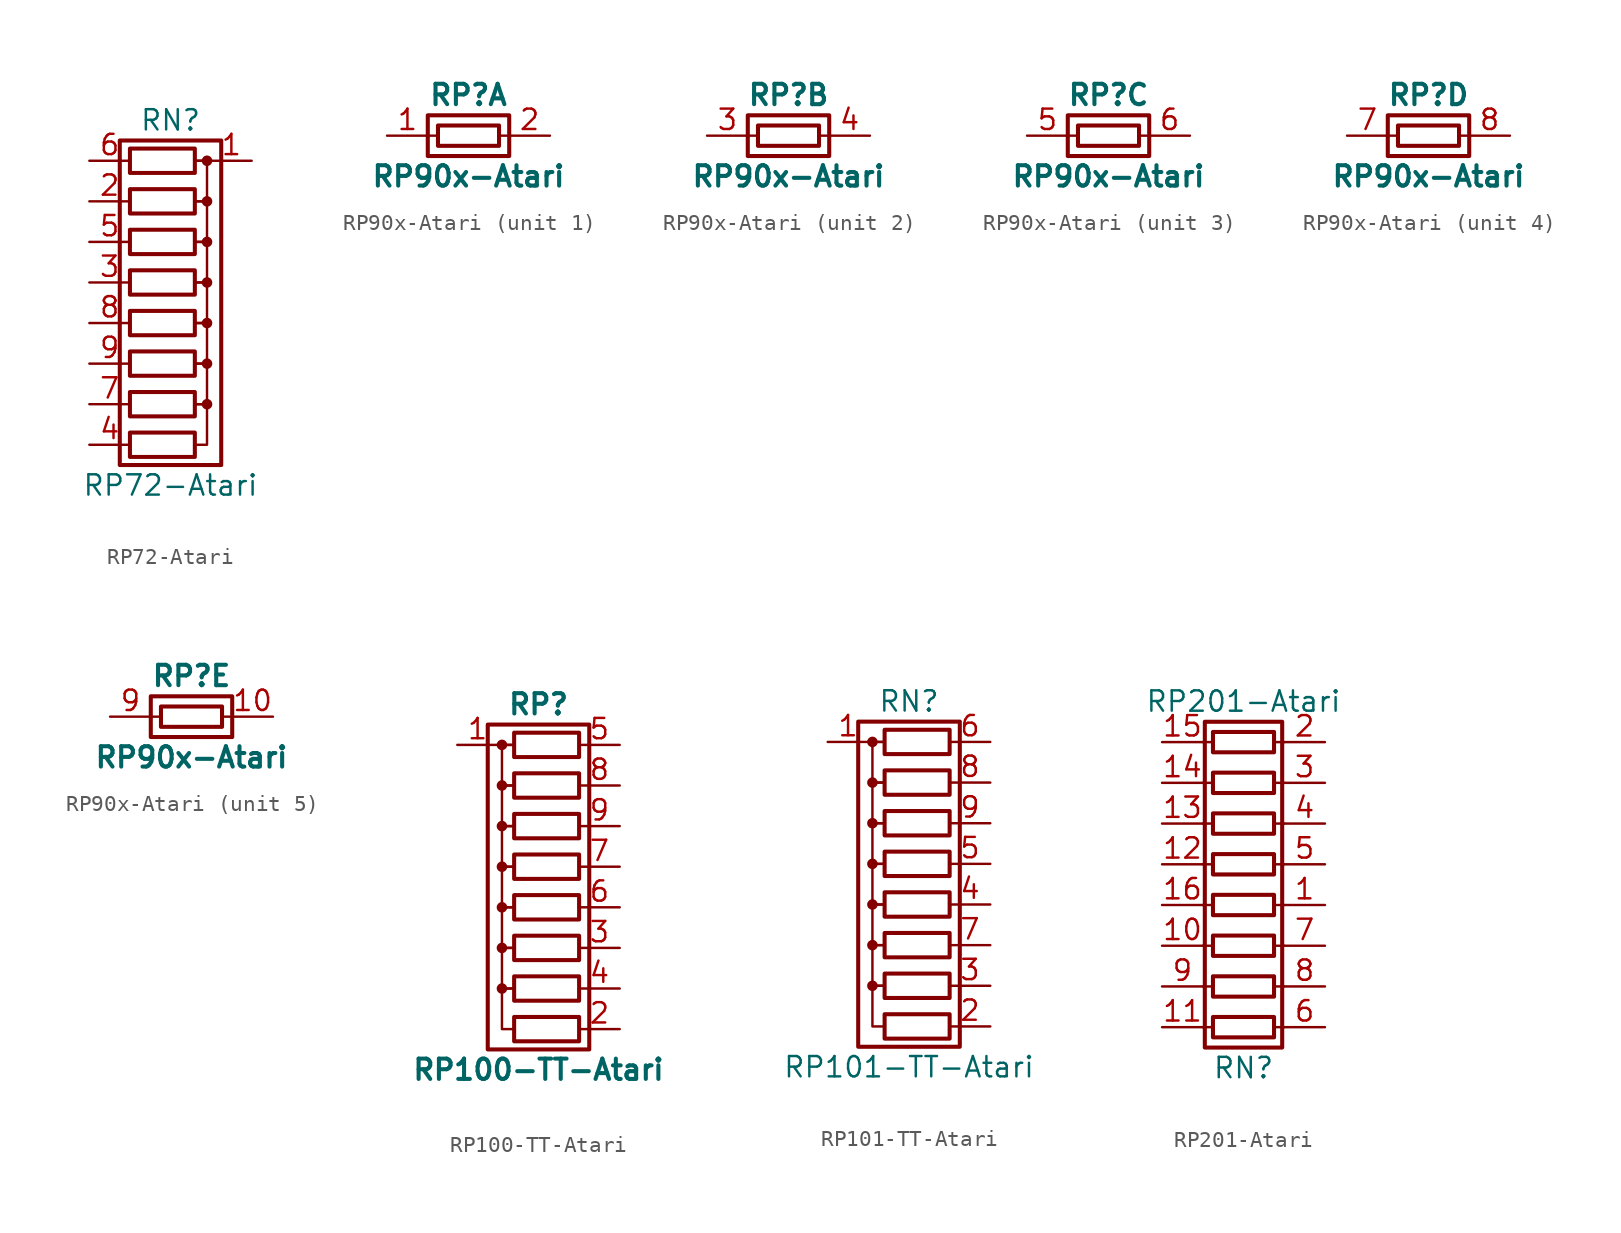
<source format=kicad_sym>
(kicad_symbol_lib
  (version 20231120)
  (generator "kicad_symbol_editor")
  (generator_version "8.0")
  (symbol "RP72-Atari"
    (pin_names
      (offset 0) hide)
    (property "Reference" "RN"
      (at 0 11.43 0)
      (effects (font (size 1.27 1.27))))
    (property "Value" "RP72-Atari"
      (at 0 -11.43 0)
      (effects (font (size 1.27 1.27))))
    (symbol "RP72-Atari_0_1"
      (rectangle (start -3.175 10.16) (end 3.175 -10.16) (stroke (width 0.254) (type solid)) (fill (type none)))
      (polyline (pts (xy 2.54 8.89) (xy 1.524 8.89)) (stroke (width 0) (type solid)) (fill (type none)))
      (polyline (pts (xy 1.524 -6.35) (xy 2.286 -6.35) (xy 2.286 -8.89) (xy 1.524 -8.89)) (stroke (width 0) (type solid)) (fill (type none)))
      (polyline (pts (xy 1.524 -3.81) (xy 2.286 -3.81) (xy 2.286 -6.35) (xy 1.524 -6.35)) (stroke (width 0) (type solid)) (fill (type none)))
      (polyline (pts (xy 1.524 -1.27) (xy 2.286 -1.27) (xy 2.286 -3.81) (xy 1.524 -3.81)) (stroke (width 0) (type solid)) (fill (type none)))
      (polyline (pts (xy 1.524 1.27) (xy 2.286 1.27) (xy 2.286 -1.27) (xy 1.524 -1.27)) (stroke (width 0) (type solid)) (fill (type none)))
      (polyline (pts (xy 1.524 3.81) (xy 2.286 3.81) (xy 2.286 1.27) (xy 1.524 1.27)) (stroke (width 0) (type solid)) (fill (type none)))
      (polyline (pts (xy 1.524 6.35) (xy 2.286 6.35) (xy 2.286 3.81) (xy 1.524 3.81)) (stroke (width 0) (type solid)) (fill (type none)))
      (polyline (pts (xy 1.524 8.89) (xy 2.286 8.89) (xy 2.286 6.35) (xy 1.524 6.35)) (stroke (width 0) (type solid)) (fill (type none)))
      (rectangle (start 1.524 -8.128) (end -2.54 -9.652) (stroke (width 0.254) (type solid)) (fill (type none)))
      (rectangle (start 1.524 -5.588) (end -2.54 -7.112) (stroke (width 0.254) (type solid)) (fill (type none)))
      (rectangle (start 1.524 -3.048) (end -2.54 -4.572) (stroke (width 0.254) (type solid)) (fill (type none)))
      (rectangle (start 1.524 -0.508) (end -2.54 -2.032) (stroke (width 0.254) (type solid)) (fill (type none)))
      (rectangle (start 1.524 2.032) (end -2.54 0.508) (stroke (width 0.254) (type solid)) (fill (type none)))
      (rectangle (start 1.524 4.572) (end -2.54 3.048) (stroke (width 0.254) (type solid)) (fill (type none)))
      (rectangle (start 1.524 7.112) (end -2.54 5.588) (stroke (width 0.254) (type solid)) (fill (type none)))
      (rectangle (start 1.524 9.652) (end -2.54 8.128) (stroke (width 0.254) (type solid)) (fill (type none)))
      (circle (center 2.286 -6.35) (radius 0.254) (stroke (width 0) (type solid)) (fill (type outline)))
      (circle (center 2.286 -3.81) (radius 0.254) (stroke (width 0) (type solid)) (fill (type outline)))
      (circle (center 2.286 -1.27) (radius 0.254) (stroke (width 0) (type solid)) (fill (type outline)))
      (circle (center 2.286 1.27) (radius 0.254) (stroke (width 0) (type solid)) (fill (type outline)))
      (circle (center 2.286 3.81) (radius 0.254) (stroke (width 0) (type solid)) (fill (type outline)))
      (circle (center 2.286 6.35) (radius 0.254) (stroke (width 0) (type solid)) (fill (type outline)))
      (circle (center 2.286 8.89) (radius 0.254) (stroke (width 0) (type solid)) (fill (type outline))))
    (symbol "RP72-Atari_1_1"
      (pin passive line (at 5.08 8.89 180) (length 2.54) (name "common" (effects (font (size 1.27 1.27)))) (number "1" (effects (font (size 1.27 1.27)))))
      (pin passive line (at -5.08 6.35 0) (length 2.54) (name "R2" (effects (font (size 1.27 1.27)))) (number "2" (effects (font (size 1.27 1.27)))))
      (pin passive line (at -5.08 1.27 0) (length 2.54) (name "R4" (effects (font (size 1.27 1.27)))) (number "3" (effects (font (size 1.27 1.27)))))
      (pin passive line (at -5.08 -8.89 0) (length 2.54) (name "R8" (effects (font (size 1.27 1.27)))) (number "4" (effects (font (size 1.27 1.27)))))
      (pin passive line (at -5.08 3.81 0) (length 2.54) (name "R3" (effects (font (size 1.27 1.27)))) (number "5" (effects (font (size 1.27 1.27)))))
      (pin passive line (at -5.08 8.89 0) (length 2.54) (name "R1" (effects (font (size 1.27 1.27)))) (number "6" (effects (font (size 1.27 1.27)))))
      (pin passive line (at -5.08 -6.35 0) (length 2.54) (name "R7" (effects (font (size 1.27 1.27)))) (number "7" (effects (font (size 1.27 1.27)))))
      (pin passive line (at -5.08 -1.27 0) (length 2.54) (name "R5" (effects (font (size 1.27 1.27)))) (number "8" (effects (font (size 1.27 1.27)))))
      (pin passive line (at -5.08 -3.81 0) (length 2.54) (name "R6" (effects (font (size 1.27 1.27)))) (number "9" (effects (font (size 1.27 1.27)))))))
  (symbol "RP90x-Atari"
    (pin_names
      (offset 0) hide)
    (property "Reference" "RP"
      (at 0 2.54 0)
      (effects (font (size 1.27 1.27) (bold yes))))
    (property "Value" "RP90x-Atari"
      (at 0 -2.54 0)
      (effects (font (size 1.27 1.27) (bold yes))))
    (symbol "RP90x-Atari_0_1"
      (rectangle (start -2.54 1.27) (end 2.54 -1.27) (stroke (width 0.254) (type solid)) (fill (type none)))
      (polyline (pts (xy -2.54 0) (xy -1.905 0)) (stroke (width 0) (type solid)) (fill (type none)))
      (polyline (pts (xy 1.905 0) (xy 2.54 0)) (stroke (width 0) (type solid)) (fill (type none)))
      (rectangle (start 1.905 0.635) (end -1.905 -0.635) (stroke (width 0.254) (type solid)) (fill (type none))))
    (symbol "RP90x-Atari_1_1"
      (pin passive line (at -5.08 0 0) (length 2.54) (name "R1.1" (effects (font (size 1.27 1.27)))) (number "1" (effects (font (size 1.27 1.27)))))
      (pin passive line (at 5.08 0 180) (length 2.54) (name "R1.2" (effects (font (size 1.27 1.27)))) (number "2" (effects (font (size 1.27 1.27))))))
    (symbol "RP90x-Atari_2_1"
      (pin passive line (at -5.08 0 0) (length 2.54) (name "R2.1" (effects (font (size 1.27 1.27)))) (number "3" (effects (font (size 1.27 1.27)))))
      (pin passive line (at 5.08 0 180) (length 2.54) (name "R2.2" (effects (font (size 1.27 1.27)))) (number "4" (effects (font (size 1.27 1.27))))))
    (symbol "RP90x-Atari_3_1"
      (pin passive line (at -5.08 0 0) (length 2.54) (name "R3.1" (effects (font (size 1.27 1.27)))) (number "5" (effects (font (size 1.27 1.27)))))
      (pin passive line (at 5.08 0 180) (length 2.54) (name "R3.2" (effects (font (size 1.27 1.27)))) (number "6" (effects (font (size 1.27 1.27))))))
    (symbol "RP90x-Atari_4_1"
      (pin passive line (at -5.08 0 0) (length 2.54) (name "R4.1" (effects (font (size 1.27 1.27)))) (number "7" (effects (font (size 1.27 1.27)))))
      (pin passive line (at 5.08 0 180) (length 2.54) (name "R4.2" (effects (font (size 1.27 1.27)))) (number "8" (effects (font (size 1.27 1.27))))))
    (symbol "RP90x-Atari_5_1"
      (pin passive line (at 5.08 0 180) (length 2.54) (name "R5.2" (effects (font (size 1.27 1.27)))) (number "10" (effects (font (size 1.27 1.27)))))
      (pin passive line (at -5.08 0 0) (length 2.54) (name "R5.1" (effects (font (size 1.27 1.27)))) (number "9" (effects (font (size 1.27 1.27)))))))
  (symbol "RP100-TT-Atari"
    (pin_names
      (offset 0) hide)
    (property "Reference" "RP"
      (at -1.27 11.43 0)
      (effects (font (size 1.27 1.27) (bold yes))))
    (property "Value" "RP100-TT-Atari"
      (at -1.27 -11.43 0)
      (effects (font (size 1.27 1.27) (bold yes))))
    (symbol "RP100-TT-Atari_0_1"
      (circle (center -3.556 -6.35) (radius 0.254) (stroke (width 0) (type solid)) (fill (type outline)))
      (circle (center -3.556 -3.81) (radius 0.254) (stroke (width 0) (type solid)) (fill (type outline)))
      (circle (center -3.556 -1.27) (radius 0.254) (stroke (width 0) (type solid)) (fill (type outline)))
      (circle (center -3.556 1.27) (radius 0.254) (stroke (width 0) (type solid)) (fill (type outline)))
      (circle (center -3.556 3.81) (radius 0.254) (stroke (width 0) (type solid)) (fill (type outline)))
      (circle (center -3.556 6.35) (radius 0.254) (stroke (width 0) (type solid)) (fill (type outline)))
      (circle (center -3.556 8.89) (radius 0.254) (stroke (width 0) (type solid)) (fill (type outline)))
      (rectangle (start -2.794 -8.128) (end 1.27 -9.652) (stroke (width 0.254) (type solid)) (fill (type none)))
      (rectangle (start -2.794 -5.588) (end 1.27 -7.112) (stroke (width 0.254) (type solid)) (fill (type none)))
      (rectangle (start -2.794 -3.048) (end 1.27 -4.572) (stroke (width 0.254) (type solid)) (fill (type none)))
      (rectangle (start -2.794 -0.508) (end 1.27 -2.032) (stroke (width 0.254) (type solid)) (fill (type none)))
      (rectangle (start -2.794 2.032) (end 1.27 0.508) (stroke (width 0.254) (type solid)) (fill (type none)))
      (rectangle (start -2.794 4.572) (end 1.27 3.048) (stroke (width 0.254) (type solid)) (fill (type none)))
      (rectangle (start -2.794 7.112) (end 1.27 5.588) (stroke (width 0.254) (type solid)) (fill (type none)))
      (rectangle (start -2.794 9.652) (end 1.27 8.128) (stroke (width 0.254) (type solid)) (fill (type none)))
      (polyline (pts (xy -3.81 8.89) (xy -2.794 8.89)) (stroke (width 0) (type solid)) (fill (type none)))
      (polyline (pts (xy -2.794 -6.35) (xy -3.556 -6.35) (xy -3.556 -8.89) (xy -2.794 -8.89)) (stroke (width 0) (type solid)) (fill (type none)))
      (polyline (pts (xy -2.794 -3.81) (xy -3.556 -3.81) (xy -3.556 -6.35) (xy -2.794 -6.35)) (stroke (width 0) (type solid)) (fill (type none)))
      (polyline (pts (xy -2.794 -1.27) (xy -3.556 -1.27) (xy -3.556 -3.81) (xy -2.794 -3.81)) (stroke (width 0) (type solid)) (fill (type none)))
      (polyline (pts (xy -2.794 1.27) (xy -3.556 1.27) (xy -3.556 -1.27) (xy -2.794 -1.27)) (stroke (width 0) (type solid)) (fill (type none)))
      (polyline (pts (xy -2.794 3.81) (xy -3.556 3.81) (xy -3.556 1.27) (xy -2.794 1.27)) (stroke (width 0) (type solid)) (fill (type none)))
      (polyline (pts (xy -2.794 6.35) (xy -3.556 6.35) (xy -3.556 3.81) (xy -2.794 3.81)) (stroke (width 0) (type solid)) (fill (type none)))
      (polyline (pts (xy -2.794 8.89) (xy -3.556 8.89) (xy -3.556 6.35) (xy -2.794 6.35)) (stroke (width 0) (type solid)) (fill (type none)))
      (rectangle (start 1.905 10.16) (end -4.445 -10.16) (stroke (width 0.254) (type solid)) (fill (type none))))
    (symbol "RP100-TT-Atari_1_1"
      (pin passive line (at -6.35 8.89 0) (length 2.54) (name "common" (effects (font (size 1.27 1.27)))) (number "1" (effects (font (size 1.27 1.27)))))
      (pin passive line (at 3.81 -8.89 180) (length 2.54) (name "R8" (effects (font (size 1.27 1.27)))) (number "2" (effects (font (size 1.27 1.27)))))
      (pin passive line (at 3.81 -3.81 180) (length 2.54) (name "R6" (effects (font (size 1.27 1.27)))) (number "3" (effects (font (size 1.27 1.27)))))
      (pin passive line (at 3.81 -6.35 180) (length 2.54) (name "R7" (effects (font (size 1.27 1.27)))) (number "4" (effects (font (size 1.27 1.27)))))
      (pin passive line (at 3.81 8.89 180) (length 2.54) (name "R1" (effects (font (size 1.27 1.27)))) (number "5" (effects (font (size 1.27 1.27)))))
      (pin passive line (at 3.81 -1.27 180) (length 2.54) (name "R5" (effects (font (size 1.27 1.27)))) (number "6" (effects (font (size 1.27 1.27)))))
      (pin passive line (at 3.81 1.27 180) (length 2.54) (name "R4" (effects (font (size 1.27 1.27)))) (number "7" (effects (font (size 1.27 1.27)))))
      (pin passive line (at 3.81 6.35 180) (length 2.54) (name "R2" (effects (font (size 1.27 1.27)))) (number "8" (effects (font (size 1.27 1.27)))))
      (pin passive line (at 3.81 3.81 180) (length 2.54) (name "R3" (effects (font (size 1.27 1.27)))) (number "9" (effects (font (size 1.27 1.27)))))))
  (symbol "RP101-TT-Atari"
    (pin_names
      (offset 0) hide)
    (property "Reference" "RN"
      (at -1.27 11.43 0)
      (effects (font (size 1.27 1.27))))
    (property "Value" "RP101-TT-Atari"
      (at -1.27 -11.43 0)
      (effects (font (size 1.27 1.27))))
    (symbol "RP101-TT-Atari_0_1"
      (circle (center -3.556 -6.35) (radius 0.254) (stroke (width 0) (type solid)) (fill (type outline)))
      (circle (center -3.556 -3.81) (radius 0.254) (stroke (width 0) (type solid)) (fill (type outline)))
      (circle (center -3.556 -1.27) (radius 0.254) (stroke (width 0) (type solid)) (fill (type outline)))
      (circle (center -3.556 1.27) (radius 0.254) (stroke (width 0) (type solid)) (fill (type outline)))
      (circle (center -3.556 3.81) (radius 0.254) (stroke (width 0) (type solid)) (fill (type outline)))
      (circle (center -3.556 6.35) (radius 0.254) (stroke (width 0) (type solid)) (fill (type outline)))
      (circle (center -3.556 8.89) (radius 0.254) (stroke (width 0) (type solid)) (fill (type outline)))
      (rectangle (start -2.794 -8.128) (end 1.27 -9.652) (stroke (width 0.254) (type solid)) (fill (type none)))
      (rectangle (start -2.794 -5.588) (end 1.27 -7.112) (stroke (width 0.254) (type solid)) (fill (type none)))
      (rectangle (start -2.794 -3.048) (end 1.27 -4.572) (stroke (width 0.254) (type solid)) (fill (type none)))
      (rectangle (start -2.794 -0.508) (end 1.27 -2.032) (stroke (width 0.254) (type solid)) (fill (type none)))
      (rectangle (start -2.794 2.032) (end 1.27 0.508) (stroke (width 0.254) (type solid)) (fill (type none)))
      (rectangle (start -2.794 4.572) (end 1.27 3.048) (stroke (width 0.254) (type solid)) (fill (type none)))
      (rectangle (start -2.794 7.112) (end 1.27 5.588) (stroke (width 0.254) (type solid)) (fill (type none)))
      (rectangle (start -2.794 9.652) (end 1.27 8.128) (stroke (width 0.254) (type solid)) (fill (type none)))
      (polyline (pts (xy -3.81 8.89) (xy -2.794 8.89)) (stroke (width 0) (type solid)) (fill (type none)))
      (polyline (pts (xy -2.794 -6.35) (xy -3.556 -6.35) (xy -3.556 -8.89) (xy -2.794 -8.89)) (stroke (width 0) (type solid)) (fill (type none)))
      (polyline (pts (xy -2.794 -3.81) (xy -3.556 -3.81) (xy -3.556 -6.35) (xy -2.794 -6.35)) (stroke (width 0) (type solid)) (fill (type none)))
      (polyline (pts (xy -2.794 -1.27) (xy -3.556 -1.27) (xy -3.556 -3.81) (xy -2.794 -3.81)) (stroke (width 0) (type solid)) (fill (type none)))
      (polyline (pts (xy -2.794 1.27) (xy -3.556 1.27) (xy -3.556 -1.27) (xy -2.794 -1.27)) (stroke (width 0) (type solid)) (fill (type none)))
      (polyline (pts (xy -2.794 3.81) (xy -3.556 3.81) (xy -3.556 1.27) (xy -2.794 1.27)) (stroke (width 0) (type solid)) (fill (type none)))
      (polyline (pts (xy -2.794 6.35) (xy -3.556 6.35) (xy -3.556 3.81) (xy -2.794 3.81)) (stroke (width 0) (type solid)) (fill (type none)))
      (polyline (pts (xy -2.794 8.89) (xy -3.556 8.89) (xy -3.556 6.35) (xy -2.794 6.35)) (stroke (width 0) (type solid)) (fill (type none)))
      (rectangle (start 1.905 10.16) (end -4.445 -10.16) (stroke (width 0.254) (type solid)) (fill (type none))))
    (symbol "RP101-TT-Atari_1_1"
      (pin passive line (at -6.35 8.89 0) (length 2.54) (name "common" (effects (font (size 1.27 1.27)))) (number "1" (effects (font (size 1.27 1.27)))))
      (pin passive line (at 3.81 -8.89 180) (length 2.54) (name "R8" (effects (font (size 1.27 1.27)))) (number "2" (effects (font (size 1.27 1.27)))))
      (pin passive line (at 3.81 -6.35 180) (length 2.54) (name "R7" (effects (font (size 1.27 1.27)))) (number "3" (effects (font (size 1.27 1.27)))))
      (pin passive line (at 3.81 -1.27 180) (length 2.54) (name "R5" (effects (font (size 1.27 1.27)))) (number "4" (effects (font (size 1.27 1.27)))))
      (pin passive line (at 3.81 1.27 180) (length 2.54) (name "R4" (effects (font (size 1.27 1.27)))) (number "5" (effects (font (size 1.27 1.27)))))
      (pin passive line (at 3.81 8.89 180) (length 2.54) (name "R1" (effects (font (size 1.27 1.27)))) (number "6" (effects (font (size 1.27 1.27)))))
      (pin passive line (at 3.81 -3.81 180) (length 2.54) (name "R6" (effects (font (size 1.27 1.27)))) (number "7" (effects (font (size 1.27 1.27)))))
      (pin passive line (at 3.81 6.35 180) (length 2.54) (name "R2" (effects (font (size 1.27 1.27)))) (number "8" (effects (font (size 1.27 1.27)))))
      (pin passive line (at 3.81 3.81 180) (length 2.54) (name "R3" (effects (font (size 1.27 1.27)))) (number "9" (effects (font (size 1.27 1.27)))))))
  (symbol "RP201-Atari"
    (pin_names
      (offset 0) hide)
    (property "Reference" "RN"
      (at 0 -11.43 0)
      (effects (font (size 1.27 1.27))))
    (property "Value" "RP201-Atari"
      (at 0 11.43 0)
      (effects (font (size 1.27 1.27))))
    (symbol "RP201-Atari_0_1"
      (rectangle (start -1.905 -9.525) (end 1.905 -8.255) (stroke (width 0.254) (type solid)) (fill (type none)))
      (rectangle (start -1.905 -6.985) (end 1.905 -5.715) (stroke (width 0.254) (type solid)) (fill (type none)))
      (rectangle (start -1.905 -4.445) (end 1.905 -3.175) (stroke (width 0.254) (type solid)) (fill (type none)))
      (rectangle (start -1.905 -1.905) (end 1.905 -0.635) (stroke (width 0.254) (type solid)) (fill (type none)))
      (rectangle (start -1.905 0.635) (end 1.905 1.905) (stroke (width 0.254) (type solid)) (fill (type none)))
      (rectangle (start -1.905 3.175) (end 1.905 4.445) (stroke (width 0.254) (type solid)) (fill (type none)))
      (rectangle (start -1.905 5.715) (end 1.905 6.985) (stroke (width 0.254) (type solid)) (fill (type none)))
      (rectangle (start -1.905 8.255) (end 1.905 9.525) (stroke (width 0.254) (type solid)) (fill (type none)))
      (polyline (pts (xy -1.905 -8.89) (xy -2.54 -8.89)) (stroke (width 0) (type solid)) (fill (type none)))
      (polyline (pts (xy -1.905 -6.35) (xy -2.54 -6.35)) (stroke (width 0) (type solid)) (fill (type none)))
      (polyline (pts (xy -1.905 -3.81) (xy -2.54 -3.81)) (stroke (width 0) (type solid)) (fill (type none)))
      (polyline (pts (xy -1.905 -1.27) (xy -2.54 -1.27)) (stroke (width 0) (type solid)) (fill (type none)))
      (polyline (pts (xy -1.905 1.27) (xy -2.54 1.27)) (stroke (width 0) (type solid)) (fill (type none)))
      (polyline (pts (xy -1.905 3.81) (xy -2.54 3.81)) (stroke (width 0) (type solid)) (fill (type none)))
      (polyline (pts (xy -1.905 6.35) (xy -2.54 6.35)) (stroke (width 0) (type solid)) (fill (type none)))
      (polyline (pts (xy -1.905 8.89) (xy -2.54 8.89)) (stroke (width 0) (type solid)) (fill (type none)))
      (polyline (pts (xy 2.54 -8.89) (xy 1.905 -8.89)) (stroke (width 0) (type solid)) (fill (type none)))
      (polyline (pts (xy 2.54 -6.35) (xy 1.905 -6.35)) (stroke (width 0) (type solid)) (fill (type none)))
      (polyline (pts (xy 2.54 -3.81) (xy 1.905 -3.81)) (stroke (width 0) (type solid)) (fill (type none)))
      (polyline (pts (xy 2.54 -1.27) (xy 1.905 -1.27)) (stroke (width 0) (type solid)) (fill (type none)))
      (polyline (pts (xy 2.54 1.27) (xy 1.905 1.27)) (stroke (width 0) (type solid)) (fill (type none)))
      (polyline (pts (xy 2.54 3.81) (xy 1.905 3.81)) (stroke (width 0) (type solid)) (fill (type none)))
      (polyline (pts (xy 2.54 6.35) (xy 1.905 6.35)) (stroke (width 0) (type solid)) (fill (type none)))
      (polyline (pts (xy 2.54 8.89) (xy 1.905 8.89)) (stroke (width 0) (type solid)) (fill (type none)))
      (rectangle (start 2.413 -10.16) (end -2.413 10.16) (stroke (width 0.254) (type solid)) (fill (type none))))
    (symbol "RP201-Atari_1_1"
      (pin passive line (at 5.08 -1.27 180) (length 2.54) (name "R4.1" (effects (font (size 1.27 1.27)))) (number "1" (effects (font (size 1.27 1.27)))))
      (pin passive line (at -5.08 -3.81 0) (length 2.54) (name "R1.2" (effects (font (size 1.27 1.27)))) (number "10" (effects (font (size 1.27 1.27)))))
      (pin passive line (at -5.08 -8.89 0) (length 2.54) (name "R5.2" (effects (font (size 1.27 1.27)))) (number "11" (effects (font (size 1.27 1.27)))))
      (pin passive line (at -5.08 1.27 0) (length 2.54) (name "R4.2" (effects (font (size 1.27 1.27)))) (number "12" (effects (font (size 1.27 1.27)))))
      (pin passive line (at -5.08 3.81 0) (length 2.54) (name "R6.2" (effects (font (size 1.27 1.27)))) (number "13" (effects (font (size 1.27 1.27)))))
      (pin passive line (at -5.08 6.35 0) (length 2.54) (name "R7.2" (effects (font (size 1.27 1.27)))) (number "14" (effects (font (size 1.27 1.27)))))
      (pin passive line (at -5.08 8.89 0) (length 2.54) (name "R8.2" (effects (font (size 1.27 1.27)))) (number "15" (effects (font (size 1.27 1.27)))))
      (pin passive line (at -5.08 -1.27 0) (length 2.54) (name "R3.2" (effects (font (size 1.27 1.27)))) (number "16" (effects (font (size 1.27 1.27)))))
      (pin passive line (at 5.08 8.89 180) (length 2.54) (name "R8.1" (effects (font (size 1.27 1.27)))) (number "2" (effects (font (size 1.27 1.27)))))
      (pin passive line (at 5.08 6.35 180) (length 2.54) (name "R7.1" (effects (font (size 1.27 1.27)))) (number "3" (effects (font (size 1.27 1.27)))))
      (pin passive line (at 5.08 3.81 180) (length 2.54) (name "R6.1" (effects (font (size 1.27 1.27)))) (number "4" (effects (font (size 1.27 1.27)))))
      (pin passive line (at 5.08 1.27 180) (length 2.54) (name "R5.1" (effects (font (size 1.27 1.27)))) (number "5" (effects (font (size 1.27 1.27)))))
      (pin passive line (at 5.08 -8.89 180) (length 2.54) (name "R1.1" (effects (font (size 1.27 1.27)))) (number "6" (effects (font (size 1.27 1.27)))))
      (pin passive line (at 5.08 -3.81 180) (length 2.54) (name "R3.1" (effects (font (size 1.27 1.27)))) (number "7" (effects (font (size 1.27 1.27)))))
      (pin passive line (at 5.08 -6.35 180) (length 2.54) (name "R2.1" (effects (font (size 1.27 1.27)))) (number "8" (effects (font (size 1.27 1.27)))))
      (pin passive line (at -5.08 -6.35 0) (length 2.54) (name "R2.2" (effects (font (size 1.27 1.27)))) (number "9" (effects (font (size 1.27 1.27))))))))
</source>
